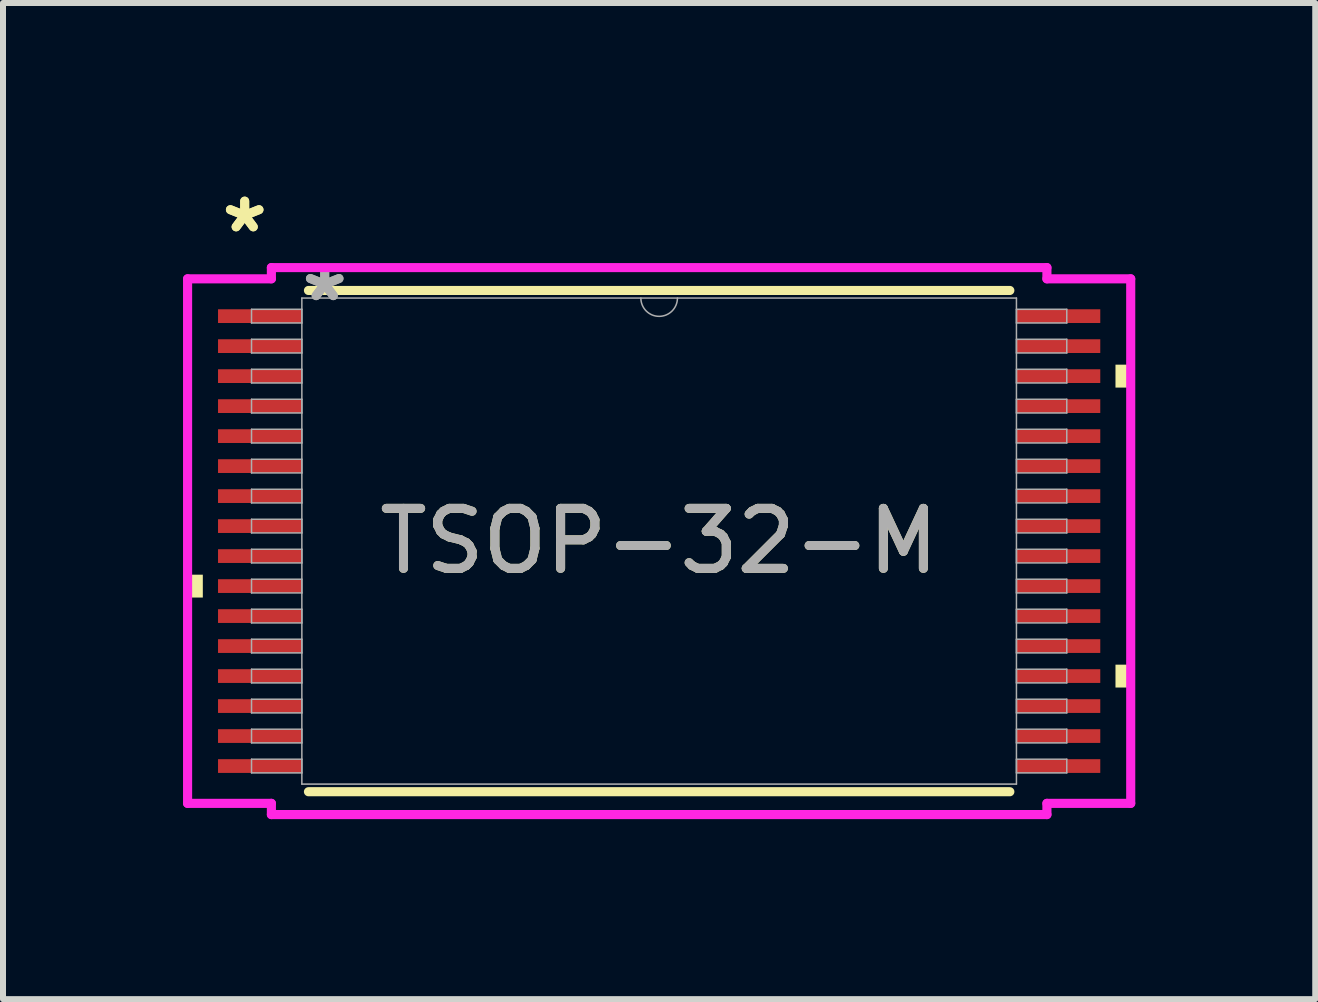
<source format=kicad_pcb>
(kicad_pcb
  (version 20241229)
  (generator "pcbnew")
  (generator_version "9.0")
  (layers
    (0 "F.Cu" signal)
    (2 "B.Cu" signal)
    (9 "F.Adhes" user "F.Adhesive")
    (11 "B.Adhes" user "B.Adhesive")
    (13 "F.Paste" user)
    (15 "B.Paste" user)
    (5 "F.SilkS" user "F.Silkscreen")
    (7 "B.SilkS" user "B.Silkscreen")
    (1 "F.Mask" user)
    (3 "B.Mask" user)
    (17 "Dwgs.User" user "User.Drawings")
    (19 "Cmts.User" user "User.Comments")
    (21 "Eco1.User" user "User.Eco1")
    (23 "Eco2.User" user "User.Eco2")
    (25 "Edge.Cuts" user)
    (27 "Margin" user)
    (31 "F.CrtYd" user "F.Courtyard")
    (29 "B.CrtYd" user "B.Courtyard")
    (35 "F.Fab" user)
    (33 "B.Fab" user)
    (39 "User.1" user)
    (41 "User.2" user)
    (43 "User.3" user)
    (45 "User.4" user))
  (footprint "TSOP-32-M"
    (layer "F.Cu")
    (at 7.938 5.97)
    (property "Reference" "TSOP-32-M" (at 0 0 0) (unlocked yes) (layer "F.SilkS") (effects (font (size 1 1) (thickness 0.15))))
    (attr smd)
    (fp_line (start -5.846 4.178) (end 5.846 4.178) (stroke (width 0.152) (type solid)) (layer "F.SilkS"))
    (fp_line (start 5.846 -4.178) (end -5.846 -4.178) (stroke (width 0.152) (type solid)) (layer "F.SilkS"))
    (fp_poly (pts (xy -7.861 0.56) (xy -7.861 0.941) (xy -7.607 0.941) (xy -7.607 0.56)) (stroke (width 0) (type solid)) (fill yes) (layer "F.SilkS"))
    (fp_poly (pts (xy 7.861 -2.941) (xy 7.861 -2.559) (xy 7.607 -2.559) (xy 7.607 -2.941)) (stroke (width 0) (type solid)) (fill yes) (layer "F.SilkS"))
    (fp_poly (pts (xy 7.861 2.06) (xy 7.861 2.441) (xy 7.607 2.441) (xy 7.607 2.06)) (stroke (width 0) (type solid)) (fill yes) (layer "F.SilkS"))
    (fp_line (start -7.861 -4.372) (end -6.464 -4.372) (stroke (width 0.152) (type solid)) (layer "F.CrtYd"))
    (fp_line (start -7.861 4.372) (end -7.861 -4.372) (stroke (width 0.152) (type solid)) (layer "F.CrtYd"))
    (fp_line (start -7.861 4.372) (end -6.464 4.372) (stroke (width 0.152) (type solid)) (layer "F.CrtYd"))
    (fp_line (start -6.464 -4.559) (end 6.464 -4.559) (stroke (width 0.152) (type solid)) (layer "F.CrtYd"))
    (fp_line (start -6.464 -4.372) (end -6.464 -4.559) (stroke (width 0.152) (type solid)) (layer "F.CrtYd"))
    (fp_line (start -6.464 4.559) (end -6.464 4.372) (stroke (width 0.152) (type solid)) (layer "F.CrtYd"))
    (fp_line (start 6.464 -4.559) (end 6.464 -4.372) (stroke (width 0.152) (type solid)) (layer "F.CrtYd"))
    (fp_line (start 6.464 4.372) (end 6.464 4.559) (stroke (width 0.152) (type solid)) (layer "F.CrtYd"))
    (fp_line (start 6.464 4.559) (end -6.464 4.559) (stroke (width 0.152) (type solid)) (layer "F.CrtYd"))
    (fp_line (start 7.861 -4.372) (end 6.464 -4.372) (stroke (width 0.152) (type solid)) (layer "F.CrtYd"))
    (fp_line (start 7.861 -4.372) (end 7.861 4.372) (stroke (width 0.152) (type solid)) (layer "F.CrtYd"))
    (fp_line (start 7.861 4.372) (end 6.464 4.372) (stroke (width 0.152) (type solid)) (layer "F.CrtYd"))
    (fp_line (start -6.795 -3.864) (end -6.795 -3.636) (stroke (width 0.025) (type solid)) (layer "F.Fab"))
    (fp_line (start -6.795 -3.636) (end -5.956 -3.636) (stroke (width 0.025) (type solid)) (layer "F.Fab"))
    (fp_line (start -6.795 -3.364) (end -6.795 -3.136) (stroke (width 0.025) (type solid)) (layer "F.Fab"))
    (fp_line (start -6.795 -3.136) (end -5.956 -3.136) (stroke (width 0.025) (type solid)) (layer "F.Fab"))
    (fp_line (start -6.795 -2.864) (end -6.795 -2.636) (stroke (width 0.025) (type solid)) (layer "F.Fab"))
    (fp_line (start -6.795 -2.636) (end -5.956 -2.636) (stroke (width 0.025) (type solid)) (layer "F.Fab"))
    (fp_line (start -6.795 -2.364) (end -6.795 -2.136) (stroke (width 0.025) (type solid)) (layer "F.Fab"))
    (fp_line (start -6.795 -2.136) (end -5.956 -2.136) (stroke (width 0.025) (type solid)) (layer "F.Fab"))
    (fp_line (start -6.795 -1.864) (end -6.795 -1.636) (stroke (width 0.025) (type solid)) (layer "F.Fab"))
    (fp_line (start -6.795 -1.636) (end -5.956 -1.636) (stroke (width 0.025) (type solid)) (layer "F.Fab"))
    (fp_line (start -6.795 -1.364) (end -6.795 -1.136) (stroke (width 0.025) (type solid)) (layer "F.Fab"))
    (fp_line (start -6.795 -1.136) (end -5.956 -1.136) (stroke (width 0.025) (type solid)) (layer "F.Fab"))
    (fp_line (start -6.795 -0.864) (end -6.795 -0.636) (stroke (width 0.025) (type solid)) (layer "F.Fab"))
    (fp_line (start -6.795 -0.636) (end -5.956 -0.636) (stroke (width 0.025) (type solid)) (layer "F.Fab"))
    (fp_line (start -6.795 -0.364) (end -6.795 -0.136) (stroke (width 0.025) (type solid)) (layer "F.Fab"))
    (fp_line (start -6.795 -0.136) (end -5.956 -0.136) (stroke (width 0.025) (type solid)) (layer "F.Fab"))
    (fp_line (start -6.795 0.136) (end -6.795 0.364) (stroke (width 0.025) (type solid)) (layer "F.Fab"))
    (fp_line (start -6.795 0.364) (end -5.956 0.364) (stroke (width 0.025) (type solid)) (layer "F.Fab"))
    (fp_line (start -6.795 0.636) (end -6.795 0.864) (stroke (width 0.025) (type solid)) (layer "F.Fab"))
    (fp_line (start -6.795 0.864) (end -5.956 0.864) (stroke (width 0.025) (type solid)) (layer "F.Fab"))
    (fp_line (start -6.795 1.136) (end -6.795 1.364) (stroke (width 0.025) (type solid)) (layer "F.Fab"))
    (fp_line (start -6.795 1.364) (end -5.956 1.364) (stroke (width 0.025) (type solid)) (layer "F.Fab"))
    (fp_line (start -6.795 1.636) (end -6.795 1.864) (stroke (width 0.025) (type solid)) (layer "F.Fab"))
    (fp_line (start -6.795 1.864) (end -5.956 1.864) (stroke (width 0.025) (type solid)) (layer "F.Fab"))
    (fp_line (start -6.795 2.136) (end -6.795 2.364) (stroke (width 0.025) (type solid)) (layer "F.Fab"))
    (fp_line (start -6.795 2.364) (end -5.956 2.364) (stroke (width 0.025) (type solid)) (layer "F.Fab"))
    (fp_line (start -6.795 2.636) (end -6.795 2.864) (stroke (width 0.025) (type solid)) (layer "F.Fab"))
    (fp_line (start -6.795 2.864) (end -5.956 2.864) (stroke (width 0.025) (type solid)) (layer "F.Fab"))
    (fp_line (start -6.795 3.136) (end -6.795 3.364) (stroke (width 0.025) (type solid)) (layer "F.Fab"))
    (fp_line (start -6.795 3.364) (end -5.956 3.364) (stroke (width 0.025) (type solid)) (layer "F.Fab"))
    (fp_line (start -6.795 3.636) (end -6.795 3.864) (stroke (width 0.025) (type solid)) (layer "F.Fab"))
    (fp_line (start -6.795 3.864) (end -5.956 3.864) (stroke (width 0.025) (type solid)) (layer "F.Fab"))
    (fp_line (start -5.956 -4.051) (end -5.956 4.051) (stroke (width 0.025) (type solid)) (layer "F.Fab"))
    (fp_line (start -5.956 -3.864) (end -6.795 -3.864) (stroke (width 0.025) (type solid)) (layer "F.Fab"))
    (fp_line (start -5.956 -3.636) (end -5.956 -3.864) (stroke (width 0.025) (type solid)) (layer "F.Fab"))
    (fp_line (start -5.956 -3.364) (end -6.795 -3.364) (stroke (width 0.025) (type solid)) (layer "F.Fab"))
    (fp_line (start -5.956 -3.136) (end -5.956 -3.364) (stroke (width 0.025) (type solid)) (layer "F.Fab"))
    (fp_line (start -5.956 -2.864) (end -6.795 -2.864) (stroke (width 0.025) (type solid)) (layer "F.Fab"))
    (fp_line (start -5.956 -2.636) (end -5.956 -2.864) (stroke (width 0.025) (type solid)) (layer "F.Fab"))
    (fp_line (start -5.956 -2.364) (end -6.795 -2.364) (stroke (width 0.025) (type solid)) (layer "F.Fab"))
    (fp_line (start -5.956 -2.136) (end -5.956 -2.364) (stroke (width 0.025) (type solid)) (layer "F.Fab"))
    (fp_line (start -5.956 -1.864) (end -6.795 -1.864) (stroke (width 0.025) (type solid)) (layer "F.Fab"))
    (fp_line (start -5.956 -1.636) (end -5.956 -1.864) (stroke (width 0.025) (type solid)) (layer "F.Fab"))
    (fp_line (start -5.956 -1.364) (end -6.795 -1.364) (stroke (width 0.025) (type solid)) (layer "F.Fab"))
    (fp_line (start -5.956 -1.136) (end -5.956 -1.364) (stroke (width 0.025) (type solid)) (layer "F.Fab"))
    (fp_line (start -5.956 -0.864) (end -6.795 -0.864) (stroke (width 0.025) (type solid)) (layer "F.Fab"))
    (fp_line (start -5.956 -0.636) (end -5.956 -0.864) (stroke (width 0.025) (type solid)) (layer "F.Fab"))
    (fp_line (start -5.956 -0.364) (end -6.795 -0.364) (stroke (width 0.025) (type solid)) (layer "F.Fab"))
    (fp_line (start -5.956 -0.136) (end -5.956 -0.364) (stroke (width 0.025) (type solid)) (layer "F.Fab"))
    (fp_line (start -5.956 0.136) (end -6.795 0.136) (stroke (width 0.025) (type solid)) (layer "F.Fab"))
    (fp_line (start -5.956 0.364) (end -5.956 0.136) (stroke (width 0.025) (type solid)) (layer "F.Fab"))
    (fp_line (start -5.956 0.636) (end -6.795 0.636) (stroke (width 0.025) (type solid)) (layer "F.Fab"))
    (fp_line (start -5.956 0.864) (end -5.956 0.636) (stroke (width 0.025) (type solid)) (layer "F.Fab"))
    (fp_line (start -5.956 1.136) (end -6.795 1.136) (stroke (width 0.025) (type solid)) (layer "F.Fab"))
    (fp_line (start -5.956 1.364) (end -5.956 1.136) (stroke (width 0.025) (type solid)) (layer "F.Fab"))
    (fp_line (start -5.956 1.636) (end -6.795 1.636) (stroke (width 0.025) (type solid)) (layer "F.Fab"))
    (fp_line (start -5.956 1.864) (end -5.956 1.636) (stroke (width 0.025) (type solid)) (layer "F.Fab"))
    (fp_line (start -5.956 2.136) (end -6.795 2.136) (stroke (width 0.025) (type solid)) (layer "F.Fab"))
    (fp_line (start -5.956 2.364) (end -5.956 2.136) (stroke (width 0.025) (type solid)) (layer "F.Fab"))
    (fp_line (start -5.956 2.636) (end -6.795 2.636) (stroke (width 0.025) (type solid)) (layer "F.Fab"))
    (fp_line (start -5.956 2.864) (end -5.956 2.636) (stroke (width 0.025) (type solid)) (layer "F.Fab"))
    (fp_line (start -5.956 3.136) (end -6.795 3.136) (stroke (width 0.025) (type solid)) (layer "F.Fab"))
    (fp_line (start -5.956 3.364) (end -5.956 3.136) (stroke (width 0.025) (type solid)) (layer "F.Fab"))
    (fp_line (start -5.956 3.636) (end -6.795 3.636) (stroke (width 0.025) (type solid)) (layer "F.Fab"))
    (fp_line (start -5.956 3.864) (end -5.956 3.636) (stroke (width 0.025) (type solid)) (layer "F.Fab"))
    (fp_line (start -5.956 4.051) (end 5.956 4.051) (stroke (width 0.025) (type solid)) (layer "F.Fab"))
    (fp_line (start 5.956 -4.051) (end -5.956 -4.051) (stroke (width 0.025) (type solid)) (layer "F.Fab"))
    (fp_line (start 5.956 -3.864) (end 5.956 -3.636) (stroke (width 0.025) (type solid)) (layer "F.Fab"))
    (fp_line (start 5.956 -3.636) (end 6.795 -3.636) (stroke (width 0.025) (type solid)) (layer "F.Fab"))
    (fp_line (start 5.956 -3.364) (end 5.956 -3.136) (stroke (width 0.025) (type solid)) (layer "F.Fab"))
    (fp_line (start 5.956 -3.136) (end 6.795 -3.136) (stroke (width 0.025) (type solid)) (layer "F.Fab"))
    (fp_line (start 5.956 -2.864) (end 5.956 -2.636) (stroke (width 0.025) (type solid)) (layer "F.Fab"))
    (fp_line (start 5.956 -2.636) (end 6.795 -2.636) (stroke (width 0.025) (type solid)) (layer "F.Fab"))
    (fp_line (start 5.956 -2.364) (end 5.956 -2.136) (stroke (width 0.025) (type solid)) (layer "F.Fab"))
    (fp_line (start 5.956 -2.136) (end 6.795 -2.136) (stroke (width 0.025) (type solid)) (layer "F.Fab"))
    (fp_line (start 5.956 -1.864) (end 5.956 -1.636) (stroke (width 0.025) (type solid)) (layer "F.Fab"))
    (fp_line (start 5.956 -1.636) (end 6.795 -1.636) (stroke (width 0.025) (type solid)) (layer "F.Fab"))
    (fp_line (start 5.956 -1.364) (end 5.956 -1.136) (stroke (width 0.025) (type solid)) (layer "F.Fab"))
    (fp_line (start 5.956 -1.136) (end 6.795 -1.136) (stroke (width 0.025) (type solid)) (layer "F.Fab"))
    (fp_line (start 5.956 -0.864) (end 5.956 -0.636) (stroke (width 0.025) (type solid)) (layer "F.Fab"))
    (fp_line (start 5.956 -0.636) (end 6.795 -0.636) (stroke (width 0.025) (type solid)) (layer "F.Fab"))
    (fp_line (start 5.956 -0.364) (end 5.956 -0.136) (stroke (width 0.025) (type solid)) (layer "F.Fab"))
    (fp_line (start 5.956 -0.136) (end 6.795 -0.136) (stroke (width 0.025) (type solid)) (layer "F.Fab"))
    (fp_line (start 5.956 0.136) (end 5.956 0.364) (stroke (width 0.025) (type solid)) (layer "F.Fab"))
    (fp_line (start 5.956 0.364) (end 6.795 0.364) (stroke (width 0.025) (type solid)) (layer "F.Fab"))
    (fp_line (start 5.956 0.636) (end 5.956 0.864) (stroke (width 0.025) (type solid)) (layer "F.Fab"))
    (fp_line (start 5.956 0.864) (end 6.795 0.864) (stroke (width 0.025) (type solid)) (layer "F.Fab"))
    (fp_line (start 5.956 1.136) (end 5.956 1.364) (stroke (width 0.025) (type solid)) (layer "F.Fab"))
    (fp_line (start 5.956 1.364) (end 6.795 1.364) (stroke (width 0.025) (type solid)) (layer "F.Fab"))
    (fp_line (start 5.956 1.636) (end 5.956 1.864) (stroke (width 0.025) (type solid)) (layer "F.Fab"))
    (fp_line (start 5.956 1.864) (end 6.795 1.864) (stroke (width 0.025) (type solid)) (layer "F.Fab"))
    (fp_line (start 5.956 2.136) (end 5.956 2.364) (stroke (width 0.025) (type solid)) (layer "F.Fab"))
    (fp_line (start 5.956 2.364) (end 6.795 2.364) (stroke (width 0.025) (type solid)) (layer "F.Fab"))
    (fp_line (start 5.956 2.636) (end 5.956 2.864) (stroke (width 0.025) (type solid)) (layer "F.Fab"))
    (fp_line (start 5.956 2.864) (end 6.795 2.864) (stroke (width 0.025) (type solid)) (layer "F.Fab"))
    (fp_line (start 5.956 3.136) (end 5.956 3.364) (stroke (width 0.025) (type solid)) (layer "F.Fab"))
    (fp_line (start 5.956 3.364) (end 6.795 3.364) (stroke (width 0.025) (type solid)) (layer "F.Fab"))
    (fp_line (start 5.956 3.636) (end 5.956 3.864) (stroke (width 0.025) (type solid)) (layer "F.Fab"))
    (fp_line (start 5.956 3.864) (end 6.795 3.864) (stroke (width 0.025) (type solid)) (layer "F.Fab"))
    (fp_line (start 5.956 4.051) (end 5.956 -4.051) (stroke (width 0.025) (type solid)) (layer "F.Fab"))
    (fp_line (start 6.795 -3.864) (end 5.956 -3.864) (stroke (width 0.025) (type solid)) (layer "F.Fab"))
    (fp_line (start 6.795 -3.636) (end 6.795 -3.864) (stroke (width 0.025) (type solid)) (layer "F.Fab"))
    (fp_line (start 6.795 -3.364) (end 5.956 -3.364) (stroke (width 0.025) (type solid)) (layer "F.Fab"))
    (fp_line (start 6.795 -3.136) (end 6.795 -3.364) (stroke (width 0.025) (type solid)) (layer "F.Fab"))
    (fp_line (start 6.795 -2.864) (end 5.956 -2.864) (stroke (width 0.025) (type solid)) (layer "F.Fab"))
    (fp_line (start 6.795 -2.636) (end 6.795 -2.864) (stroke (width 0.025) (type solid)) (layer "F.Fab"))
    (fp_line (start 6.795 -2.364) (end 5.956 -2.364) (stroke (width 0.025) (type solid)) (layer "F.Fab"))
    (fp_line (start 6.795 -2.136) (end 6.795 -2.364) (stroke (width 0.025) (type solid)) (layer "F.Fab"))
    (fp_line (start 6.795 -1.864) (end 5.956 -1.864) (stroke (width 0.025) (type solid)) (layer "F.Fab"))
    (fp_line (start 6.795 -1.636) (end 6.795 -1.864) (stroke (width 0.025) (type solid)) (layer "F.Fab"))
    (fp_line (start 6.795 -1.364) (end 5.956 -1.364) (stroke (width 0.025) (type solid)) (layer "F.Fab"))
    (fp_line (start 6.795 -1.136) (end 6.795 -1.364) (stroke (width 0.025) (type solid)) (layer "F.Fab"))
    (fp_line (start 6.795 -0.864) (end 5.956 -0.864) (stroke (width 0.025) (type solid)) (layer "F.Fab"))
    (fp_line (start 6.795 -0.636) (end 6.795 -0.864) (stroke (width 0.025) (type solid)) (layer "F.Fab"))
    (fp_line (start 6.795 -0.364) (end 5.956 -0.364) (stroke (width 0.025) (type solid)) (layer "F.Fab"))
    (fp_line (start 6.795 -0.136) (end 6.795 -0.364) (stroke (width 0.025) (type solid)) (layer "F.Fab"))
    (fp_line (start 6.795 0.136) (end 5.956 0.136) (stroke (width 0.025) (type solid)) (layer "F.Fab"))
    (fp_line (start 6.795 0.364) (end 6.795 0.136) (stroke (width 0.025) (type solid)) (layer "F.Fab"))
    (fp_line (start 6.795 0.636) (end 5.956 0.636) (stroke (width 0.025) (type solid)) (layer "F.Fab"))
    (fp_line (start 6.795 0.864) (end 6.795 0.636) (stroke (width 0.025) (type solid)) (layer "F.Fab"))
    (fp_line (start 6.795 1.136) (end 5.956 1.136) (stroke (width 0.025) (type solid)) (layer "F.Fab"))
    (fp_line (start 6.795 1.364) (end 6.795 1.136) (stroke (width 0.025) (type solid)) (layer "F.Fab"))
    (fp_line (start 6.795 1.636) (end 5.956 1.636) (stroke (width 0.025) (type solid)) (layer "F.Fab"))
    (fp_line (start 6.795 1.864) (end 6.795 1.636) (stroke (width 0.025) (type solid)) (layer "F.Fab"))
    (fp_line (start 6.795 2.136) (end 5.956 2.136) (stroke (width 0.025) (type solid)) (layer "F.Fab"))
    (fp_line (start 6.795 2.364) (end 6.795 2.136) (stroke (width 0.025) (type solid)) (layer "F.Fab"))
    (fp_line (start 6.795 2.636) (end 5.956 2.636) (stroke (width 0.025) (type solid)) (layer "F.Fab"))
    (fp_line (start 6.795 2.864) (end 6.795 2.636) (stroke (width 0.025) (type solid)) (layer "F.Fab"))
    (fp_line (start 6.795 3.136) (end 5.956 3.136) (stroke (width 0.025) (type solid)) (layer "F.Fab"))
    (fp_line (start 6.795 3.364) (end 6.795 3.136) (stroke (width 0.025) (type solid)) (layer "F.Fab"))
    (fp_line (start 6.795 3.636) (end 5.956 3.636) (stroke (width 0.025) (type solid)) (layer "F.Fab"))
    (fp_line (start 6.795 3.864) (end 6.795 3.636) (stroke (width 0.025) (type solid)) (layer "F.Fab"))
    (fp_arc (start 0.3048 -4.0513) (mid 0 -3.7465) (end -0.3048 -4.0513) (stroke (width 0.0254) (type solid)) (layer "F.Fab"))
    (fp_text user "*" (at -6.909 -5.122 0) (unlocked yes) (layer "F.SilkS") (effects (font (size 1 1) (thickness 0.15))))
    (fp_text user "*" (at -6.909 -5.122 0) (layer "F.SilkS") (effects (font (size 1 1) (thickness 0.15))))
    (fp_text user "${REFERENCE}" (at 0 0 0) (unlocked yes) (layer "F.Fab") (effects (font (size 1 1) (thickness 0.15))))
    (fp_text user "*" (at -5.575 -3.975 0) (unlocked yes) (layer "F.Fab") (effects (font (size 1 1) (thickness 0.15))))
    (fp_text user "*" (at -5.575 -3.975 0) (layer "F.Fab") (effects (font (size 1 1) (thickness 0.15))))
    (pad "1" smd rect (at -6.655 -3.75) (size 1.397 0.229) (layers "F.Cu" "F.Mask" "F.Paste"))
    (pad "2" smd rect (at -6.655 -3.25) (size 1.397 0.229) (layers "F.Cu" "F.Mask" "F.Paste"))
    (pad "3" smd rect (at -6.655 -2.75) (size 1.397 0.229) (layers "F.Cu" "F.Mask" "F.Paste"))
    (pad "4" smd rect (at -6.655 -2.25) (size 1.397 0.229) (layers "F.Cu" "F.Mask" "F.Paste"))
    (pad "5" smd rect (at -6.655 -1.75) (size 1.397 0.229) (layers "F.Cu" "F.Mask" "F.Paste"))
    (pad "6" smd rect (at -6.655 -1.25) (size 1.397 0.229) (layers "F.Cu" "F.Mask" "F.Paste"))
    (pad "7" smd rect (at -6.655 -0.75) (size 1.397 0.229) (layers "F.Cu" "F.Mask" "F.Paste"))
    (pad "8" smd rect (at -6.655 -0.25) (size 1.397 0.229) (layers "F.Cu" "F.Mask" "F.Paste"))
    (pad "9" smd rect (at -6.655 0.25) (size 1.397 0.229) (layers "F.Cu" "F.Mask" "F.Paste"))
    (pad "10" smd rect (at -6.655 0.75) (size 1.397 0.229) (layers "F.Cu" "F.Mask" "F.Paste"))
    (pad "11" smd rect (at -6.655 1.25) (size 1.397 0.229) (layers "F.Cu" "F.Mask" "F.Paste"))
    (pad "12" smd rect (at -6.655 1.75) (size 1.397 0.229) (layers "F.Cu" "F.Mask" "F.Paste"))
    (pad "13" smd rect (at -6.655 2.25) (size 1.397 0.229) (layers "F.Cu" "F.Mask" "F.Paste"))
    (pad "14" smd rect (at -6.655 2.75) (size 1.397 0.229) (layers "F.Cu" "F.Mask" "F.Paste"))
    (pad "15" smd rect (at -6.655 3.25) (size 1.397 0.229) (layers "F.Cu" "F.Mask" "F.Paste"))
    (pad "16" smd rect (at -6.655 3.75) (size 1.397 0.229) (layers "F.Cu" "F.Mask" "F.Paste"))
    (pad "17" smd rect (at 6.655 3.75) (size 1.397 0.229) (layers "F.Cu" "F.Mask" "F.Paste"))
    (pad "18" smd rect (at 6.655 3.25) (size 1.397 0.229) (layers "F.Cu" "F.Mask" "F.Paste"))
    (pad "19" smd rect (at 6.655 2.75) (size 1.397 0.229) (layers "F.Cu" "F.Mask" "F.Paste"))
    (pad "20" smd rect (at 6.655 2.25) (size 1.397 0.229) (layers "F.Cu" "F.Mask" "F.Paste"))
    (pad "21" smd rect (at 6.655 1.75) (size 1.397 0.229) (layers "F.Cu" "F.Mask" "F.Paste"))
    (pad "22" smd rect (at 6.655 1.25) (size 1.397 0.229) (layers "F.Cu" "F.Mask" "F.Paste"))
    (pad "23" smd rect (at 6.655 0.75) (size 1.397 0.229) (layers "F.Cu" "F.Mask" "F.Paste"))
    (pad "24" smd rect (at 6.655 0.25) (size 1.397 0.229) (layers "F.Cu" "F.Mask" "F.Paste"))
    (pad "25" smd rect (at 6.655 -0.25) (size 1.397 0.229) (layers "F.Cu" "F.Mask" "F.Paste"))
    (pad "26" smd rect (at 6.655 -0.75) (size 1.397 0.229) (layers "F.Cu" "F.Mask" "F.Paste"))
    (pad "27" smd rect (at 6.655 -1.25) (size 1.397 0.229) (layers "F.Cu" "F.Mask" "F.Paste"))
    (pad "28" smd rect (at 6.655 -1.75) (size 1.397 0.229) (layers "F.Cu" "F.Mask" "F.Paste"))
    (pad "29" smd rect (at 6.655 -2.25) (size 1.397 0.229) (layers "F.Cu" "F.Mask" "F.Paste"))
    (pad "30" smd rect (at 6.655 -2.75) (size 1.397 0.229) (layers "F.Cu" "F.Mask" "F.Paste"))
    (pad "31" smd rect (at 6.655 -3.25) (size 1.397 0.229) (layers "F.Cu" "F.Mask" "F.Paste"))
    (pad "32" smd rect (at 6.655 -3.75) (size 1.397 0.229) (layers "F.Cu" "F.Mask" "F.Paste")))
  (gr_rect
    (start -3 -3)
    (end 18.875 13.605)
    (stroke (width 0.1) (type default))
    (fill no)
    (layer "Edge.Cuts")))
</source>
